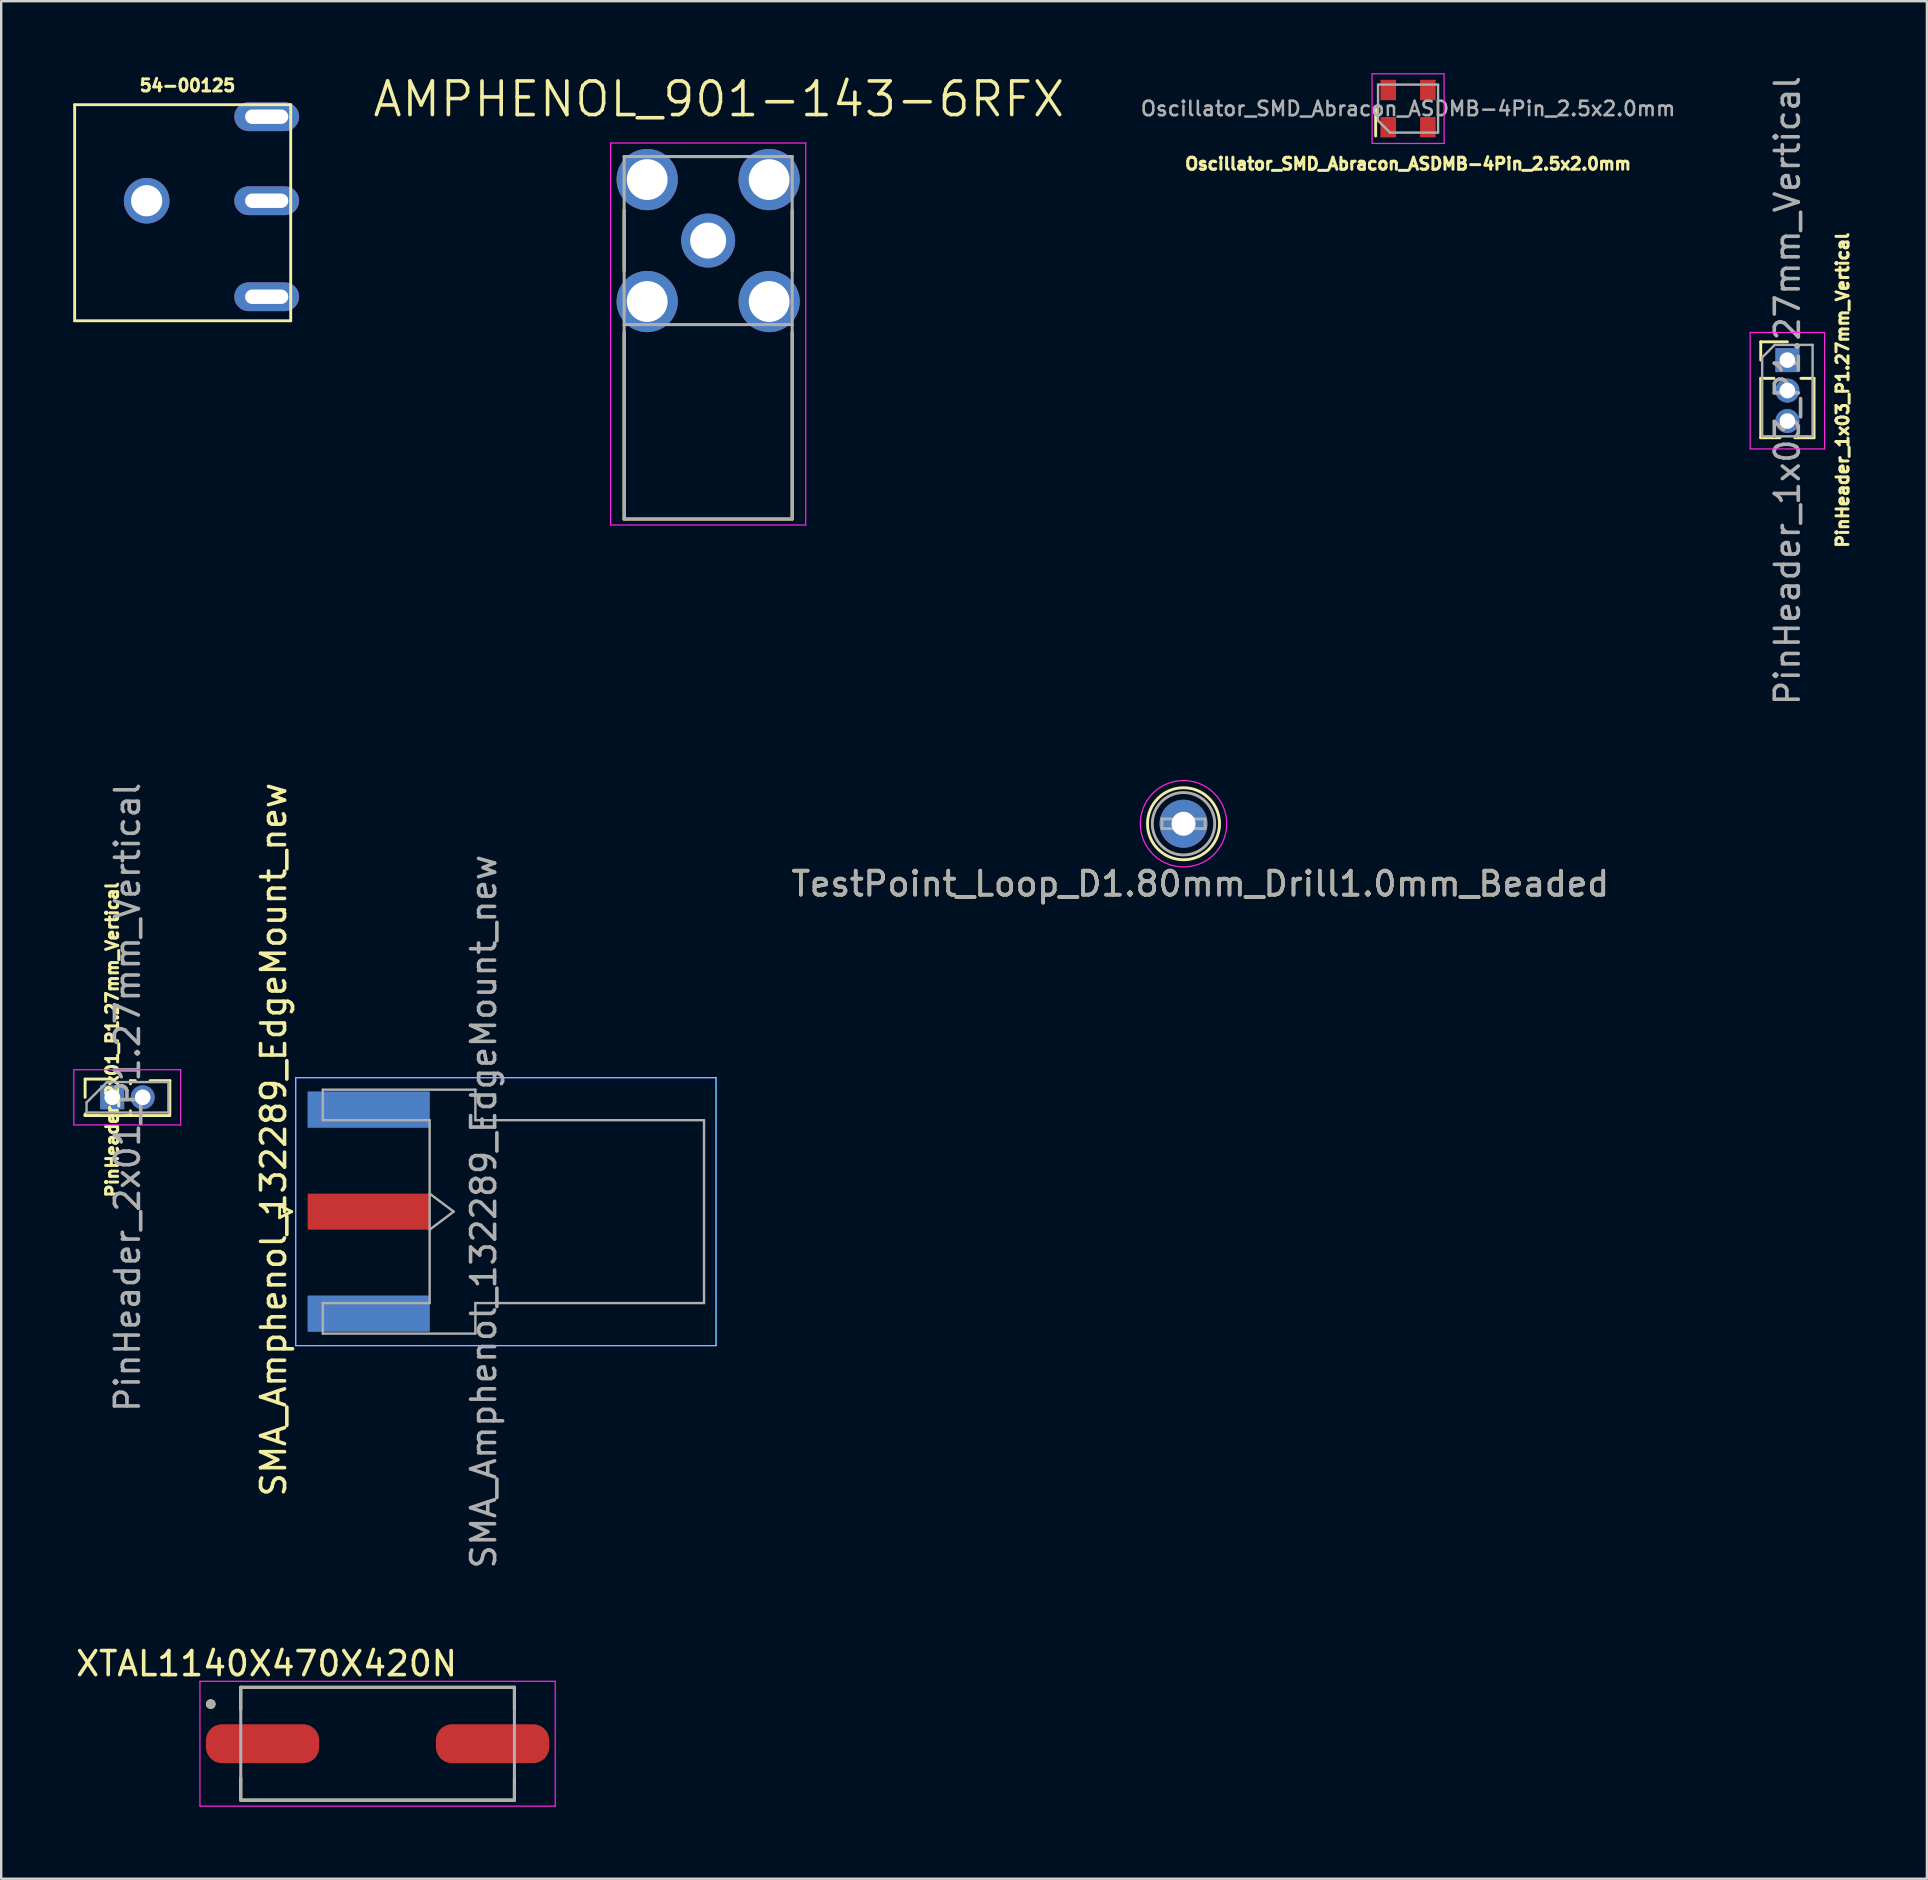
<source format=kicad_pcb>
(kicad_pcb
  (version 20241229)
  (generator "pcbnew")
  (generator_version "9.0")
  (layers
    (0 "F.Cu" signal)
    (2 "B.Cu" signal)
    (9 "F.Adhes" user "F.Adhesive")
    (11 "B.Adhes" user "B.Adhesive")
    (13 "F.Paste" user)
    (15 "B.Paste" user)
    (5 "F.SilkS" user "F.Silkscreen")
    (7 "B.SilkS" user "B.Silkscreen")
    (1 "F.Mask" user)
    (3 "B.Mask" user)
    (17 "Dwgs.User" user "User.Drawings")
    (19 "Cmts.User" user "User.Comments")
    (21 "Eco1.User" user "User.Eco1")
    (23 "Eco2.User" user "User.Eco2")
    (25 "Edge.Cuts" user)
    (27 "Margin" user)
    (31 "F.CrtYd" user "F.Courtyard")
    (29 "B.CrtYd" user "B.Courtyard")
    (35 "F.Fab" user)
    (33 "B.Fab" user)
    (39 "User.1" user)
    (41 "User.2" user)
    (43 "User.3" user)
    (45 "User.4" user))
  (footprint "PinHeader_2x01_P1.27mm_Vertical"
    (layer "F.Cu")
    (at 1.625 42.661)
    (property "Reference" "PinHeader_2x01_P1.27mm_Vertical" (at 0 -2.4 90) (layer "F.SilkS") (effects (font (size 0.5 0.5) (thickness 0.15))))
    (attr through_hole)
    (fp_line (start -1.13 -0.76) (end 0 -0.76) (stroke (width 0.12) (type solid)) (layer "F.SilkS"))
    (fp_line (start -1.13 0) (end -1.13 -0.76) (stroke (width 0.12) (type solid)) (layer "F.SilkS"))
    (fp_line (start -1.13 0.76) (end -1.13 0.695) (stroke (width 0.12) (type solid)) (layer "F.SilkS"))
    (fp_line (start -1.13 0.76) (end -0.563 0.76) (stroke (width 0.12) (type solid)) (layer "F.SilkS"))
    (fp_line (start -1.13 0.76) (end 2.4 0.76) (stroke (width 0.12) (type solid)) (layer "F.SilkS"))
    (fp_line (start 0.563 0.76) (end 0.707 0.76) (stroke (width 0.12) (type solid)) (layer "F.SilkS"))
    (fp_line (start 0.76 -0.695) (end 0.962 -0.695) (stroke (width 0.12) (type solid)) (layer "F.SilkS"))
    (fp_line (start 0.76 -0.563) (end 0.76 -0.695) (stroke (width 0.12) (type solid)) (layer "F.SilkS"))
    (fp_line (start 0.76 0.707) (end 0.76 0.563) (stroke (width 0.12) (type solid)) (layer "F.SilkS"))
    (fp_line (start 1.578 -0.695) (end 2.4 -0.695) (stroke (width 0.12) (type solid)) (layer "F.SilkS"))
    (fp_line (start 2.4 -0.695) (end 2.4 0.695) (stroke (width 0.12) (type solid)) (layer "F.SilkS"))
    (fp_line (start -1.6 -1.15) (end -1.6 1.15) (stroke (width 0.05) (type solid)) (layer "F.CrtYd"))
    (fp_line (start -1.6 1.15) (end 2.85 1.15) (stroke (width 0.05) (type solid)) (layer "F.CrtYd"))
    (fp_line (start 2.85 -1.15) (end -1.6 -1.15) (stroke (width 0.05) (type solid)) (layer "F.CrtYd"))
    (fp_line (start 2.85 1.15) (end 2.85 -1.15) (stroke (width 0.05) (type solid)) (layer "F.CrtYd"))
    (fp_line (start -1.07 0.217) (end -0.217 -0.635) (stroke (width 0.1) (type solid)) (layer "F.Fab"))
    (fp_line (start -1.07 0.635) (end -1.07 0.217) (stroke (width 0.1) (type solid)) (layer "F.Fab"))
    (fp_line (start -0.217 -0.635) (end 2.34 -0.635) (stroke (width 0.1) (type solid)) (layer "F.Fab"))
    (fp_line (start 2.34 -0.635) (end 2.34 0.635) (stroke (width 0.1) (type solid)) (layer "F.Fab"))
    (fp_line (start 2.34 0.635) (end -1.07 0.635) (stroke (width 0.1) (type solid)) (layer "F.Fab"))
    (fp_text user "${REFERENCE}" (at 0.635 0 90) (layer "F.Fab") (effects (font (size 1 1) (thickness 0.15))))
    (pad "1" thru_hole rect (at 0 0) (size 1 1) (drill 0.65) (layers "*.Cu" "*.Mask"))
    (pad "2" thru_hole oval (at 1.27 0) (size 1 1) (drill 0.65) (layers "*.Cu" "*.Mask")))
  (footprint "AMPHENOL_901-143-6RFX"
    (layer "F.Cu")
    (at 26.45 6.971)
    (property "Reference" "AMPHENOL_901-143-6RFX" (at 0.445 -5.889 0) (layer "F.SilkS") (effects (font (size 1.4 1.4) (thickness 0.15))))
    (attr through_hole)
    (fp_line (start -3.5 -1.26) (end -3.5 1.26) (stroke (width 0.127) (type solid)) (layer "F.SilkS"))
    (fp_line (start -3.5 11.6) (end -3.5 3.82) (stroke (width 0.127) (type solid)) (layer "F.SilkS"))
    (fp_line (start 1.26 -3.5) (end -1.26 -3.5) (stroke (width 0.127) (type solid)) (layer "F.SilkS"))
    (fp_line (start 3.5 1.26) (end 3.5 -1.26) (stroke (width 0.127) (type solid)) (layer "F.SilkS"))
    (fp_line (start 3.5 3.82) (end 3.5 11.6) (stroke (width 0.127) (type solid)) (layer "F.SilkS"))
    (fp_line (start 3.5 11.6) (end -3.5 11.6) (stroke (width 0.127) (type solid)) (layer "F.SilkS"))
    (fp_line (start -4.065 -4.065) (end -4.065 11.85) (stroke (width 0.05) (type solid)) (layer "F.CrtYd"))
    (fp_line (start -4.065 11.85) (end 4.065 11.85) (stroke (width 0.05) (type solid)) (layer "F.CrtYd"))
    (fp_line (start 4.065 -4.065) (end -4.065 -4.065) (stroke (width 0.05) (type solid)) (layer "F.CrtYd"))
    (fp_line (start 4.065 11.85) (end 4.065 -4.065) (stroke (width 0.05) (type solid)) (layer "F.CrtYd"))
    (fp_line (start -3.5 -3.5) (end 3.5 -3.5) (stroke (width 0.127) (type solid)) (layer "F.Fab"))
    (fp_line (start -3.5 3.5) (end -3.5 -3.5) (stroke (width 0.127) (type solid)) (layer "F.Fab"))
    (fp_line (start -3.5 3.5) (end 3.5 3.5) (stroke (width 0.127) (type solid)) (layer "F.Fab"))
    (fp_line (start -3.5 11.6) (end -3.5 3.5) (stroke (width 0.127) (type solid)) (layer "F.Fab"))
    (fp_line (start 3.5 -3.5) (end 3.5 3.5) (stroke (width 0.127) (type solid)) (layer "F.Fab"))
    (fp_line (start 3.5 3.5) (end 3.5 11.6) (stroke (width 0.127) (type solid)) (layer "F.Fab"))
    (fp_line (start 3.5 11.6) (end -3.5 11.6) (stroke (width 0.127) (type solid)) (layer "F.Fab"))
    (pad "1" thru_hole circle (at 0 0) (size 2.25 2.25) (drill 1.5) (layers "*.Cu" "*.Mask"))
    (pad "S1" thru_hole circle (at -2.54 -2.54) (size 2.55 2.55) (drill 1.7) (layers "*.Cu" "*.Mask"))
    (pad "S2" thru_hole circle (at 2.54 -2.54) (size 2.55 2.55) (drill 1.7) (layers "*.Cu" "*.Mask"))
    (pad "S3" thru_hole circle (at -2.54 2.54) (size 2.55 2.55) (drill 1.7) (layers "*.Cu" "*.Mask"))
    (pad "S4" thru_hole circle (at 2.54 2.54) (size 2.55 2.55) (drill 1.7) (layers "*.Cu" "*.Mask")))
  (footprint "TestPoint_Loop_D1.80mm_Drill1.0mm_Beaded"
    (layer "F.Cu")
    (at 46.252 31.265)
    (property "Reference" "TestPoint_Loop_D1.80mm_Drill1.0mm_Beaded" (at 0.7 2.5 0) (layer "F.SilkS") (effects (font (size 1 1) (thickness 0.15))))
    (attr through_hole)
    (fp_circle (center 0 0) (end 1.5 0) (stroke (width 0.12) (type solid)) (fill no) (layer "F.SilkS"))
    (fp_circle (center 0 0) (end 1.8 0) (stroke (width 0.05) (type solid)) (fill no) (layer "F.CrtYd"))
    (fp_line (start -0.9 -0.2) (end 0.9 -0.2) (stroke (width 0.12) (type solid)) (layer "F.Fab"))
    (fp_line (start -0.9 0.2) (end -0.9 -0.2) (stroke (width 0.12) (type solid)) (layer "F.Fab"))
    (fp_line (start 0.9 -0.2) (end 0.9 0.2) (stroke (width 0.12) (type solid)) (layer "F.Fab"))
    (fp_line (start 0.9 0.2) (end -0.9 0.2) (stroke (width 0.12) (type solid)) (layer "F.Fab"))
    (fp_circle (center 0 0) (end 1.3 0) (stroke (width 0.12) (type solid)) (fill no) (layer "F.Fab"))
    (fp_text user "${REFERENCE}" (at 0.7 2.5 0) (layer "F.Fab") (effects (font (size 1 1) (thickness 0.15))))
    (pad "1" thru_hole circle (at 0 0) (size 2 2) (drill 1) (layers "*.Cu" "*.Mask")))
  (footprint "54-00125"
    (placed yes)
    (layer "F.Cu")
    (at 4.06 0.312)
    (property "Reference" "54-00125" (at 0.7 0.2 0) (layer "F.SilkS") (effects (font (size 0.5 0.5) (thickness 0.15))))
    (attr through_hole)
    (fp_line (start -4 1) (end -4 10) (stroke (width 0.12) (type solid)) (layer "F.SilkS"))
    (fp_line (start -4 10) (end 5 10) (stroke (width 0.12) (type solid)) (layer "F.SilkS"))
    (fp_line (start 5 1) (end -4 1) (stroke (width 0.12) (type solid)) (layer "F.SilkS"))
    (fp_line (start 5 10) (end 5 1) (stroke (width 0.12) (type solid)) (layer "F.SilkS"))
    (pad "" thru_hole circle (at -1 5) (size 1.9 1.9) (drill 1.3) (layers "*.Cu" "*.Mask"))
    (pad "1" thru_hole oval (at 4 1.5) (size 2.7 1.2) (drill oval 1.8 0.6) (layers "*.Cu" "*.Mask"))
    (pad "2" thru_hole oval (at 4 5) (size 2.7 1.2) (drill oval 1.8 0.6) (layers "*.Cu" "*.Mask"))
    (pad "3" thru_hole oval (at 4 9) (size 2.7 1.2) (drill oval 1.8 0.6) (layers "*.Cu" "*.Mask")))
  (footprint "Oscillator_SMD_Abracon_ASDMB-4Pin_2.5x2.0mm"
    (layer "F.Cu")
    (at 55.606 1.475)
    (property "Reference" "Oscillator_SMD_Abracon_ASDMB-4Pin_2.5x2.0mm" (at 0 2.3 180) (layer "F.SilkS") (effects (font (size 0.5 0.5) (thickness 0.15))))
    (attr smd)
    (fp_line (start -1.35 0) (end -1.35 1.14) (stroke (width 0.12) (type solid)) (layer "F.SilkS"))
    (fp_line (start -1.5 -1.45) (end -1.5 1.45) (stroke (width 0.05) (type solid)) (layer "F.CrtYd"))
    (fp_line (start -1.5 1.45) (end 1.5 1.45) (stroke (width 0.05) (type solid)) (layer "F.CrtYd"))
    (fp_line (start 1.5 -1.45) (end -1.5 -1.45) (stroke (width 0.05) (type solid)) (layer "F.CrtYd"))
    (fp_line (start 1.5 1.45) (end 1.5 -1.45) (stroke (width 0.05) (type solid)) (layer "F.CrtYd"))
    (fp_line (start -1.25 -1) (end 1.25 -1) (stroke (width 0.1) (type solid)) (layer "F.Fab"))
    (fp_line (start -1.25 0.5) (end -1.25 -1) (stroke (width 0.1) (type solid)) (layer "F.Fab"))
    (fp_line (start -1.25 0.5) (end -0.75 1) (stroke (width 0.1) (type solid)) (layer "F.Fab"))
    (fp_line (start 1.25 -1) (end 1.25 1) (stroke (width 0.1) (type solid)) (layer "F.Fab"))
    (fp_line (start 1.25 1) (end -0.75 1) (stroke (width 0.1) (type solid)) (layer "F.Fab"))
    (fp_text user "${REFERENCE}" (at 0 0 0) (layer "F.Fab") (effects (font (size 0.6 0.6) (thickness 0.105))))
    (pad "1" smd rect (at -0.825 0.775) (size 0.65 0.85) (layers "F.Cu" "F.Mask" "F.Paste"))
    (pad "2" smd rect (at 0.825 0.775) (size 0.65 0.85) (layers "F.Cu" "F.Mask" "F.Paste"))
    (pad "3" smd rect (at 0.825 -0.775) (size 0.65 0.85) (layers "F.Cu" "F.Mask" "F.Paste"))
    (pad "4" smd rect (at -0.825 -0.775) (size 0.65 0.85) (layers "F.Cu" "F.Mask" "F.Paste")))
  (footprint "XTAL1140X470X420N"
    (layer "F.Cu")
    (at 12.679 69.588)
    (property "Reference" "XTAL1140X470X420N" (at -4.625 -3.335 0) (layer "F.SilkS") (effects (font (size 1 1) (thickness 0.15))))
    (attr through_hole)
    (fp_line (start -5.7 -2.35) (end 5.7 -2.35) (stroke (width 0.127) (type solid)) (layer "F.SilkS"))
    (fp_line (start -5.7 -1.42) (end -5.7 -2.35) (stroke (width 0.127) (type solid)) (layer "F.SilkS"))
    (fp_line (start -5.7 1.42) (end -5.7 2.35) (stroke (width 0.127) (type solid)) (layer "F.SilkS"))
    (fp_line (start -5.7 2.35) (end 5.7 2.35) (stroke (width 0.127) (type solid)) (layer "F.SilkS"))
    (fp_line (start 5.7 -2.35) (end 5.7 -1.42) (stroke (width 0.127) (type solid)) (layer "F.SilkS"))
    (fp_line (start 5.7 2.35) (end 5.7 1.42) (stroke (width 0.127) (type solid)) (layer "F.SilkS"))
    (fp_circle (center -6.95 -1.65) (end -6.85 -1.65) (stroke (width 0.2) (type solid)) (fill no) (layer "F.SilkS"))
    (fp_line (start -7.4 -2.6) (end 7.4 -2.6) (stroke (width 0.05) (type solid)) (layer "F.CrtYd"))
    (fp_line (start -7.4 2.6) (end -7.4 -2.6) (stroke (width 0.05) (type solid)) (layer "F.CrtYd"))
    (fp_line (start 7.4 -2.6) (end 7.4 2.6) (stroke (width 0.05) (type solid)) (layer "F.CrtYd"))
    (fp_line (start 7.4 2.6) (end -7.4 2.6) (stroke (width 0.05) (type solid)) (layer "F.CrtYd"))
    (fp_line (start -5.7 -2.35) (end 5.7 -2.35) (stroke (width 0.127) (type solid)) (layer "F.Fab"))
    (fp_line (start -5.7 2.35) (end -5.7 -2.35) (stroke (width 0.127) (type solid)) (layer "F.Fab"))
    (fp_line (start 5.7 -2.35) (end 5.7 2.35) (stroke (width 0.127) (type solid)) (layer "F.Fab"))
    (fp_line (start 5.7 2.35) (end -5.7 2.35) (stroke (width 0.127) (type solid)) (layer "F.Fab"))
    (fp_circle (center -6.95 -1.65) (end -6.85 -1.65) (stroke (width 0.2) (type solid)) (fill no) (layer "F.Fab"))
    (pad "1" smd roundrect (at -4.79 0) (size 4.72 1.62) (layers "F.Cu" "F.Mask" "F.Paste") (roundrect_rratio 0.41))
    (pad "2" smd roundrect (at 4.79 0) (size 4.72 1.62) (layers "F.Cu" "F.Mask" "F.Paste") (roundrect_rratio 0.41)))
  (footprint "SMA_Amphenol_132289_EdgeMount_new"
    (layer "F.Cu")
    (at 12.308 47.423)
    (property "Reference" "SMA_Amphenol_132289_EdgeMount_new" (at -3.96 -3 90) (layer "F.SilkS") (effects (font (size 1 1) (thickness 0.15))))
    (attr smd)
    (fp_line (start -3.71 -0.25) (end -3.71 0.25) (stroke (width 0.12) (type solid)) (layer "F.SilkS"))
    (fp_line (start -3.71 0.25) (end -3.21 0) (stroke (width 0.12) (type solid)) (layer "F.SilkS"))
    (fp_line (start -3.21 0) (end -3.71 -0.25) (stroke (width 0.12) (type solid)) (layer "F.SilkS"))
    (fp_line (start -3.04 5.58) (end -3.04 -5.58) (stroke (width 0.05) (type solid)) (layer "B.CrtYd"))
    (fp_line (start 14.47 -5.58) (end -3.04 -5.58) (stroke (width 0.05) (type solid)) (layer "B.CrtYd"))
    (fp_line (start 14.47 -5.58) (end 14.47 5.58) (stroke (width 0.05) (type solid)) (layer "B.CrtYd"))
    (fp_line (start 14.47 5.58) (end -3.04 5.58) (stroke (width 0.05) (type solid)) (layer "B.CrtYd"))
    (fp_line (start -3.04 5.58) (end -3.04 -5.58) (stroke (width 0.05) (type solid)) (layer "F.CrtYd"))
    (fp_line (start 14.47 -5.58) (end -3.04 -5.58) (stroke (width 0.05) (type solid)) (layer "F.CrtYd"))
    (fp_line (start 14.47 -5.58) (end 14.47 5.58) (stroke (width 0.05) (type solid)) (layer "F.CrtYd"))
    (fp_line (start 14.47 5.58) (end -3.04 5.58) (stroke (width 0.05) (type solid)) (layer "F.CrtYd"))
    (fp_line (start -1.91 -5.08) (end -1.91 -3.81) (stroke (width 0.1) (type solid)) (layer "F.Fab"))
    (fp_line (start -1.91 -5.08) (end 4.445 -5.08) (stroke (width 0.1) (type solid)) (layer "F.Fab"))
    (fp_line (start -1.91 -3.81) (end 2.54 -3.81) (stroke (width 0.1) (type solid)) (layer "F.Fab"))
    (fp_line (start -1.91 3.81) (end -1.91 5.08) (stroke (width 0.1) (type solid)) (layer "F.Fab"))
    (fp_line (start -1.91 5.08) (end 4.445 5.08) (stroke (width 0.1) (type solid)) (layer "F.Fab"))
    (fp_line (start 2.54 -3.81) (end 2.54 3.81) (stroke (width 0.1) (type solid)) (layer "F.Fab"))
    (fp_line (start 2.54 -0.75) (end 3.54 0) (stroke (width 0.1) (type solid)) (layer "F.Fab"))
    (fp_line (start 2.54 3.81) (end -1.91 3.81) (stroke (width 0.1) (type solid)) (layer "F.Fab"))
    (fp_line (start 3.54 0) (end 2.54 0.75) (stroke (width 0.1) (type solid)) (layer "F.Fab"))
    (fp_line (start 4.445 -3.81) (end 4.445 -5.08) (stroke (width 0.1) (type solid)) (layer "F.Fab"))
    (fp_line (start 4.445 -3.81) (end 13.97 -3.81) (stroke (width 0.1) (type solid)) (layer "F.Fab"))
    (fp_line (start 4.445 5.08) (end 4.445 3.81) (stroke (width 0.1) (type solid)) (layer "F.Fab"))
    (fp_line (start 13.97 -3.81) (end 13.97 3.81) (stroke (width 0.1) (type solid)) (layer "F.Fab"))
    (fp_line (start 13.97 3.81) (end 4.445 3.81) (stroke (width 0.1) (type solid)) (layer "F.Fab"))
    (fp_text user "${REFERENCE}" (at 4.79 0 270) (layer "F.Fab") (effects (font (size 1 1) (thickness 0.15))))
    (pad "1" smd rect (at 0 0 90) (size 1.5 5.08) (layers "F.Cu" "F.Mask" "F.Paste"))
    (pad "2" smd rect (at 0 4.25 90) (size 1.5 5.08) (layers "F.Cu" "F.Mask" "F.Paste"))
    (pad "3" smd rect (at 0 -4.25 90) (size 1.5 5.08) (layers "F.Cu" "F.Mask" "F.Paste"))
    (pad "4" smd rect (at 0 -4.25 90) (size 1.5 5.08) (layers "B.Cu" "B.Mask" "B.Paste"))
    (pad "5" smd rect (at 0 4.25 90) (size 1.5 5.08) (layers "B.Cu" "B.Mask" "B.Paste")))
  (footprint "PinHeader_1x03_P1.27mm_Vertical"
    (layer "F.Cu")
    (at 71.407 11.95)
    (property "Reference" "PinHeader_1x03_P1.27mm_Vertical" (at 2.3 1.25 90) (layer "F.SilkS") (effects (font (size 0.5 0.5) (thickness 0.15))))
    (attr through_hole)
    (fp_line (start -1.11 -0.76) (end 0 -0.76) (stroke (width 0.12) (type solid)) (layer "F.SilkS"))
    (fp_line (start -1.11 0) (end -1.11 -0.76) (stroke (width 0.12) (type solid)) (layer "F.SilkS"))
    (fp_line (start -1.11 0.76) (end -1.11 3.235) (stroke (width 0.12) (type solid)) (layer "F.SilkS"))
    (fp_line (start -1.11 0.76) (end -0.563 0.76) (stroke (width 0.12) (type solid)) (layer "F.SilkS"))
    (fp_line (start -1.11 3.235) (end -0.308 3.235) (stroke (width 0.12) (type solid)) (layer "F.SilkS"))
    (fp_line (start 0.308 3.235) (end 1.11 3.235) (stroke (width 0.12) (type solid)) (layer "F.SilkS"))
    (fp_line (start 0.563 0.76) (end 1.11 0.76) (stroke (width 0.12) (type solid)) (layer "F.SilkS"))
    (fp_line (start 1.11 0.76) (end 1.11 3.235) (stroke (width 0.12) (type solid)) (layer "F.SilkS"))
    (fp_line (start -1.55 -1.15) (end -1.55 3.7) (stroke (width 0.05) (type solid)) (layer "F.CrtYd"))
    (fp_line (start -1.55 3.7) (end 1.55 3.7) (stroke (width 0.05) (type solid)) (layer "F.CrtYd"))
    (fp_line (start 1.55 -1.15) (end -1.55 -1.15) (stroke (width 0.05) (type solid)) (layer "F.CrtYd"))
    (fp_line (start 1.55 3.7) (end 1.55 -1.15) (stroke (width 0.05) (type solid)) (layer "F.CrtYd"))
    (fp_line (start -1.05 -0.11) (end -0.525 -0.635) (stroke (width 0.1) (type solid)) (layer "F.Fab"))
    (fp_line (start -1.05 3.175) (end -1.05 -0.11) (stroke (width 0.1) (type solid)) (layer "F.Fab"))
    (fp_line (start -0.525 -0.635) (end 1.05 -0.635) (stroke (width 0.1) (type solid)) (layer "F.Fab"))
    (fp_line (start 1.05 -0.635) (end 1.05 3.175) (stroke (width 0.1) (type solid)) (layer "F.Fab"))
    (fp_line (start 1.05 3.175) (end -1.05 3.175) (stroke (width 0.1) (type solid)) (layer "F.Fab"))
    (fp_text user "${REFERENCE}" (at 0 1.27 270) (layer "F.Fab") (effects (font (size 1 1) (thickness 0.15))))
    (pad "1" thru_hole rect (at 0 0) (size 1 1) (drill 0.65) (layers "*.Cu" "*.Mask"))
    (pad "2" thru_hole oval (at 0 1.27) (size 1 1) (drill 0.65) (layers "*.Cu" "*.Mask"))
    (pad "3" thru_hole oval (at 0 2.54) (size 1 1) (drill 0.65) (layers "*.Cu" "*.Mask")))
  (gr_rect
    (start -3 -3)
    (end 77.219 75.213)
    (stroke (width 0.1) (type default))
    (fill no)
    (layer "Edge.Cuts")))
</source>
